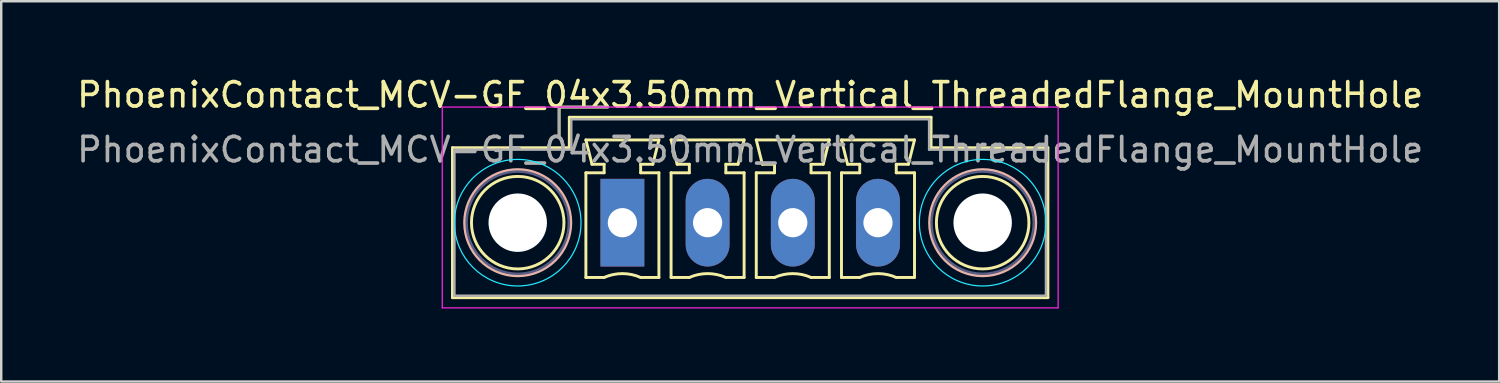
<source format=kicad_pcb>
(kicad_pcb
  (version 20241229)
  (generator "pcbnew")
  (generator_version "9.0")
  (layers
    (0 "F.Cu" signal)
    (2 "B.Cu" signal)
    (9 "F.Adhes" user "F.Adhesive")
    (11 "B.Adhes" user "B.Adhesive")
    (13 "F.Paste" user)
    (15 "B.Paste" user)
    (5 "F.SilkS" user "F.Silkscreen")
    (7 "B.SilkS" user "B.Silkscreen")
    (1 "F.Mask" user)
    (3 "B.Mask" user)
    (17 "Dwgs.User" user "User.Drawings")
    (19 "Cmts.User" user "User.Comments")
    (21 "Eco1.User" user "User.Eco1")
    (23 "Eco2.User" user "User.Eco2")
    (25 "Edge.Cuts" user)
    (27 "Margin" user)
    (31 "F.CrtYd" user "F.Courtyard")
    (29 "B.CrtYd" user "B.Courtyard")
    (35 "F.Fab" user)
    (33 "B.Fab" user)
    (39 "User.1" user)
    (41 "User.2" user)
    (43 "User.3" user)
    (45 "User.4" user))
  (footprint "PhoenixContact_MCV-GF_04x3.50mm_Vertical_ThreadedFlange_MountHole"
    (layer "F.Cu")
    (at 22.518 6.098)
    (property "Reference" "PhoenixContact_MCV-GF_04x3.50mm_Vertical_ThreadedFlange_MountHole" (at 5.25 -5.25 0) (layer "F.SilkS") (effects (font (size 1 1) (thickness 0.15))))
    (attr through_hole)
    (fp_line (start -6.98 -3.08) (end -6.98 3.08) (stroke (width 0.12) (type solid)) (layer "F.SilkS"))
    (fp_line (start -6.98 3.08) (end 17.48 3.08) (stroke (width 0.12) (type solid)) (layer "F.SilkS"))
    (fp_line (start -2.6 -4.75) (end -0.6 -4.75) (stroke (width 0.12) (type solid)) (layer "F.SilkS"))
    (fp_line (start -2.6 -3.5) (end -2.6 -4.75) (stroke (width 0.12) (type solid)) (layer "F.SilkS"))
    (fp_line (start -2.18 -4.33) (end -2.18 -3.08) (stroke (width 0.12) (type solid)) (layer "F.SilkS"))
    (fp_line (start -2.18 -3.08) (end -6.98 -3.08) (stroke (width 0.12) (type solid)) (layer "F.SilkS"))
    (fp_line (start -1.5 -3.4) (end 1.5 -3.4) (stroke (width 0.12) (type solid)) (layer "F.SilkS"))
    (fp_line (start -1.5 -2.05) (end -0.75 -2.05) (stroke (width 0.12) (type solid)) (layer "F.SilkS"))
    (fp_line (start -1.5 2.25) (end -1.5 -2.05) (stroke (width 0.12) (type solid)) (layer "F.SilkS"))
    (fp_line (start -1.25 -2.4) (end -1.5 -3.4) (stroke (width 0.12) (type solid)) (layer "F.SilkS"))
    (fp_line (start -0.75 -2.4) (end -1.25 -2.4) (stroke (width 0.12) (type solid)) (layer "F.SilkS"))
    (fp_line (start -0.75 -2.05) (end -0.75 -2.4) (stroke (width 0.12) (type solid)) (layer "F.SilkS"))
    (fp_line (start -0.75 2.25) (end -1.5 2.25) (stroke (width 0.12) (type solid)) (layer "F.SilkS"))
    (fp_line (start 0.75 -2.4) (end 0.75 -2.05) (stroke (width 0.12) (type solid)) (layer "F.SilkS"))
    (fp_line (start 0.75 -2.05) (end 1.5 -2.05) (stroke (width 0.12) (type solid)) (layer "F.SilkS"))
    (fp_line (start 1.25 -2.4) (end 0.75 -2.4) (stroke (width 0.12) (type solid)) (layer "F.SilkS"))
    (fp_line (start 1.5 -3.4) (end 1.25 -2.4) (stroke (width 0.12) (type solid)) (layer "F.SilkS"))
    (fp_line (start 1.5 -2.05) (end 1.5 2.25) (stroke (width 0.12) (type solid)) (layer "F.SilkS"))
    (fp_line (start 1.5 2.25) (end 0.75 2.25) (stroke (width 0.12) (type solid)) (layer "F.SilkS"))
    (fp_line (start 2 -3.4) (end 5 -3.4) (stroke (width 0.12) (type solid)) (layer "F.SilkS"))
    (fp_line (start 2 -2.05) (end 2.75 -2.05) (stroke (width 0.12) (type solid)) (layer "F.SilkS"))
    (fp_line (start 2 2.25) (end 2 -2.05) (stroke (width 0.12) (type solid)) (layer "F.SilkS"))
    (fp_line (start 2.25 -2.4) (end 2 -3.4) (stroke (width 0.12) (type solid)) (layer "F.SilkS"))
    (fp_line (start 2.75 -2.4) (end 2.25 -2.4) (stroke (width 0.12) (type solid)) (layer "F.SilkS"))
    (fp_line (start 2.75 -2.05) (end 2.75 -2.4) (stroke (width 0.12) (type solid)) (layer "F.SilkS"))
    (fp_line (start 2.75 2.25) (end 2 2.25) (stroke (width 0.12) (type solid)) (layer "F.SilkS"))
    (fp_line (start 4.25 -2.4) (end 4.25 -2.05) (stroke (width 0.12) (type solid)) (layer "F.SilkS"))
    (fp_line (start 4.25 -2.05) (end 5 -2.05) (stroke (width 0.12) (type solid)) (layer "F.SilkS"))
    (fp_line (start 4.75 -2.4) (end 4.25 -2.4) (stroke (width 0.12) (type solid)) (layer "F.SilkS"))
    (fp_line (start 5 -3.4) (end 4.75 -2.4) (stroke (width 0.12) (type solid)) (layer "F.SilkS"))
    (fp_line (start 5 -2.05) (end 5 2.25) (stroke (width 0.12) (type solid)) (layer "F.SilkS"))
    (fp_line (start 5 2.25) (end 4.25 2.25) (stroke (width 0.12) (type solid)) (layer "F.SilkS"))
    (fp_line (start 5.5 -3.4) (end 8.5 -3.4) (stroke (width 0.12) (type solid)) (layer "F.SilkS"))
    (fp_line (start 5.5 -2.05) (end 6.25 -2.05) (stroke (width 0.12) (type solid)) (layer "F.SilkS"))
    (fp_line (start 5.5 2.25) (end 5.5 -2.05) (stroke (width 0.12) (type solid)) (layer "F.SilkS"))
    (fp_line (start 5.75 -2.4) (end 5.5 -3.4) (stroke (width 0.12) (type solid)) (layer "F.SilkS"))
    (fp_line (start 6.25 -2.4) (end 5.75 -2.4) (stroke (width 0.12) (type solid)) (layer "F.SilkS"))
    (fp_line (start 6.25 -2.05) (end 6.25 -2.4) (stroke (width 0.12) (type solid)) (layer "F.SilkS"))
    (fp_line (start 6.25 2.25) (end 5.5 2.25) (stroke (width 0.12) (type solid)) (layer "F.SilkS"))
    (fp_line (start 7.75 -2.4) (end 7.75 -2.05) (stroke (width 0.12) (type solid)) (layer "F.SilkS"))
    (fp_line (start 7.75 -2.05) (end 8.5 -2.05) (stroke (width 0.12) (type solid)) (layer "F.SilkS"))
    (fp_line (start 8.25 -2.4) (end 7.75 -2.4) (stroke (width 0.12) (type solid)) (layer "F.SilkS"))
    (fp_line (start 8.5 -3.4) (end 8.25 -2.4) (stroke (width 0.12) (type solid)) (layer "F.SilkS"))
    (fp_line (start 8.5 -2.05) (end 8.5 2.25) (stroke (width 0.12) (type solid)) (layer "F.SilkS"))
    (fp_line (start 8.5 2.25) (end 7.75 2.25) (stroke (width 0.12) (type solid)) (layer "F.SilkS"))
    (fp_line (start 9 -3.4) (end 12 -3.4) (stroke (width 0.12) (type solid)) (layer "F.SilkS"))
    (fp_line (start 9 -2.05) (end 9.75 -2.05) (stroke (width 0.12) (type solid)) (layer "F.SilkS"))
    (fp_line (start 9 2.25) (end 9 -2.05) (stroke (width 0.12) (type solid)) (layer "F.SilkS"))
    (fp_line (start 9.25 -2.4) (end 9 -3.4) (stroke (width 0.12) (type solid)) (layer "F.SilkS"))
    (fp_line (start 9.75 -2.4) (end 9.25 -2.4) (stroke (width 0.12) (type solid)) (layer "F.SilkS"))
    (fp_line (start 9.75 -2.05) (end 9.75 -2.4) (stroke (width 0.12) (type solid)) (layer "F.SilkS"))
    (fp_line (start 9.75 2.25) (end 9 2.25) (stroke (width 0.12) (type solid)) (layer "F.SilkS"))
    (fp_line (start 11.25 -2.4) (end 11.25 -2.05) (stroke (width 0.12) (type solid)) (layer "F.SilkS"))
    (fp_line (start 11.25 -2.05) (end 12 -2.05) (stroke (width 0.12) (type solid)) (layer "F.SilkS"))
    (fp_line (start 11.75 -2.4) (end 11.25 -2.4) (stroke (width 0.12) (type solid)) (layer "F.SilkS"))
    (fp_line (start 12 -3.4) (end 11.75 -2.4) (stroke (width 0.12) (type solid)) (layer "F.SilkS"))
    (fp_line (start 12 -2.05) (end 12 2.25) (stroke (width 0.12) (type solid)) (layer "F.SilkS"))
    (fp_line (start 12 2.25) (end 11.25 2.25) (stroke (width 0.12) (type solid)) (layer "F.SilkS"))
    (fp_line (start 12.68 -4.33) (end -2.18 -4.33) (stroke (width 0.12) (type solid)) (layer "F.SilkS"))
    (fp_line (start 12.68 -3.08) (end 12.68 -4.33) (stroke (width 0.12) (type solid)) (layer "F.SilkS"))
    (fp_line (start 17.48 -3.08) (end 12.68 -3.08) (stroke (width 0.12) (type solid)) (layer "F.SilkS"))
    (fp_line (start 17.48 3.08) (end 17.48 -3.08) (stroke (width 0.12) (type solid)) (layer "F.SilkS"))
    (fp_arc (start -0.75 2.25) (mid -0.000193 2.09191) (end 0.749647 2.249844) (stroke (width 0.12) (type solid)) (layer "F.SilkS"))
    (fp_arc (start 2.75 2.25) (mid 3.499807 2.09191) (end 4.249647 2.249844) (stroke (width 0.12) (type solid)) (layer "F.SilkS"))
    (fp_arc (start 6.25 2.25) (mid 6.999807 2.09191) (end 7.749647 2.249844) (stroke (width 0.12) (type solid)) (layer "F.SilkS"))
    (fp_arc (start 9.75 2.25) (mid 10.499807 2.09191) (end 11.249647 2.249844) (stroke (width 0.12) (type solid)) (layer "F.SilkS"))
    (fp_circle (center -4.3 0) (end -2.4 0) (stroke (width 0.12) (type solid)) (fill no) (layer "F.SilkS"))
    (fp_circle (center 14.8 0) (end 16.7 0) (stroke (width 0.12) (type solid)) (fill no) (layer "F.SilkS"))
    (fp_circle (center -4.3 0) (end -2.12 0) (stroke (width 0.12) (type solid)) (fill no) (layer "B.SilkS"))
    (fp_circle (center 14.8 0) (end 16.98 0) (stroke (width 0.12) (type solid)) (fill no) (layer "B.SilkS"))
    (fp_circle (center -4.3 0) (end -1.7 0) (stroke (width 0.05) (type solid)) (fill no) (layer "B.CrtYd"))
    (fp_circle (center 14.8 0) (end 17.4 0) (stroke (width 0.05) (type solid)) (fill no) (layer "B.CrtYd"))
    (fp_line (start -7.4 -4.75) (end -7.4 3.5) (stroke (width 0.05) (type solid)) (layer "F.CrtYd"))
    (fp_line (start -7.4 3.5) (end 17.9 3.5) (stroke (width 0.05) (type solid)) (layer "F.CrtYd"))
    (fp_line (start 17.9 -4.75) (end -7.4 -4.75) (stroke (width 0.05) (type solid)) (layer "F.CrtYd"))
    (fp_line (start 17.9 3.5) (end 17.9 -4.75) (stroke (width 0.05) (type solid)) (layer "F.CrtYd"))
    (fp_circle (center -4.3 0) (end -2.2 0) (stroke (width 0.1) (type solid)) (fill no) (layer "B.Fab"))
    (fp_circle (center 14.8 0) (end 16.9 0) (stroke (width 0.1) (type solid)) (fill no) (layer "B.Fab"))
    (fp_line (start -6.9 -3) (end -6.9 3) (stroke (width 0.1) (type solid)) (layer "F.Fab"))
    (fp_line (start -6.9 3) (end 17.4 3) (stroke (width 0.1) (type solid)) (layer "F.Fab"))
    (fp_line (start -2.6 -4.75) (end -0.6 -4.75) (stroke (width 0.1) (type solid)) (layer "F.Fab"))
    (fp_line (start -2.6 -3.5) (end -2.6 -4.75) (stroke (width 0.1) (type solid)) (layer "F.Fab"))
    (fp_line (start -2.1 -4.25) (end -2.1 -3) (stroke (width 0.1) (type solid)) (layer "F.Fab"))
    (fp_line (start -2.1 -3) (end -6.9 -3) (stroke (width 0.1) (type solid)) (layer "F.Fab"))
    (fp_line (start 12.6 -4.25) (end -2.1 -4.25) (stroke (width 0.1) (type solid)) (layer "F.Fab"))
    (fp_line (start 12.6 -3) (end 12.6 -4.25) (stroke (width 0.1) (type solid)) (layer "F.Fab"))
    (fp_line (start 17.4 -3) (end 12.6 -3) (stroke (width 0.1) (type solid)) (layer "F.Fab"))
    (fp_line (start 17.4 3) (end 17.4 -3) (stroke (width 0.1) (type solid)) (layer "F.Fab"))
    (fp_text user "${REFERENCE}" (at 5.25 -3 0) (layer "F.Fab") (effects (font (size 1 1) (thickness 0.15))))
    (pad "" np_thru_hole circle (at -4.3 0) (size 2.4 2.4) (drill 2.4) (layers "*.Cu" "*.Mask"))
    (pad "" np_thru_hole circle (at 14.8 0) (size 2.4 2.4) (drill 2.4) (layers "*.Cu" "*.Mask"))
    (pad "1" thru_hole rect (at 0 0) (size 1.8 3.6) (drill 1.2) (layers "*.Cu" "*.Mask"))
    (pad "2" thru_hole oval (at 3.5 0) (size 1.8 3.6) (drill 1.2) (layers "*.Cu" "*.Mask"))
    (pad "3" thru_hole oval (at 7 0) (size 1.8 3.6) (drill 1.2) (layers "*.Cu" "*.Mask"))
    (pad "4" thru_hole oval (at 10.5 0) (size 1.8 3.6) (drill 1.2) (layers "*.Cu" "*.Mask")))
  (gr_rect
    (start -3 -3)
    (end 58.536 12.623)
    (stroke (width 0.1) (type default))
    (fill no)
    (layer "Edge.Cuts")))
</source>
